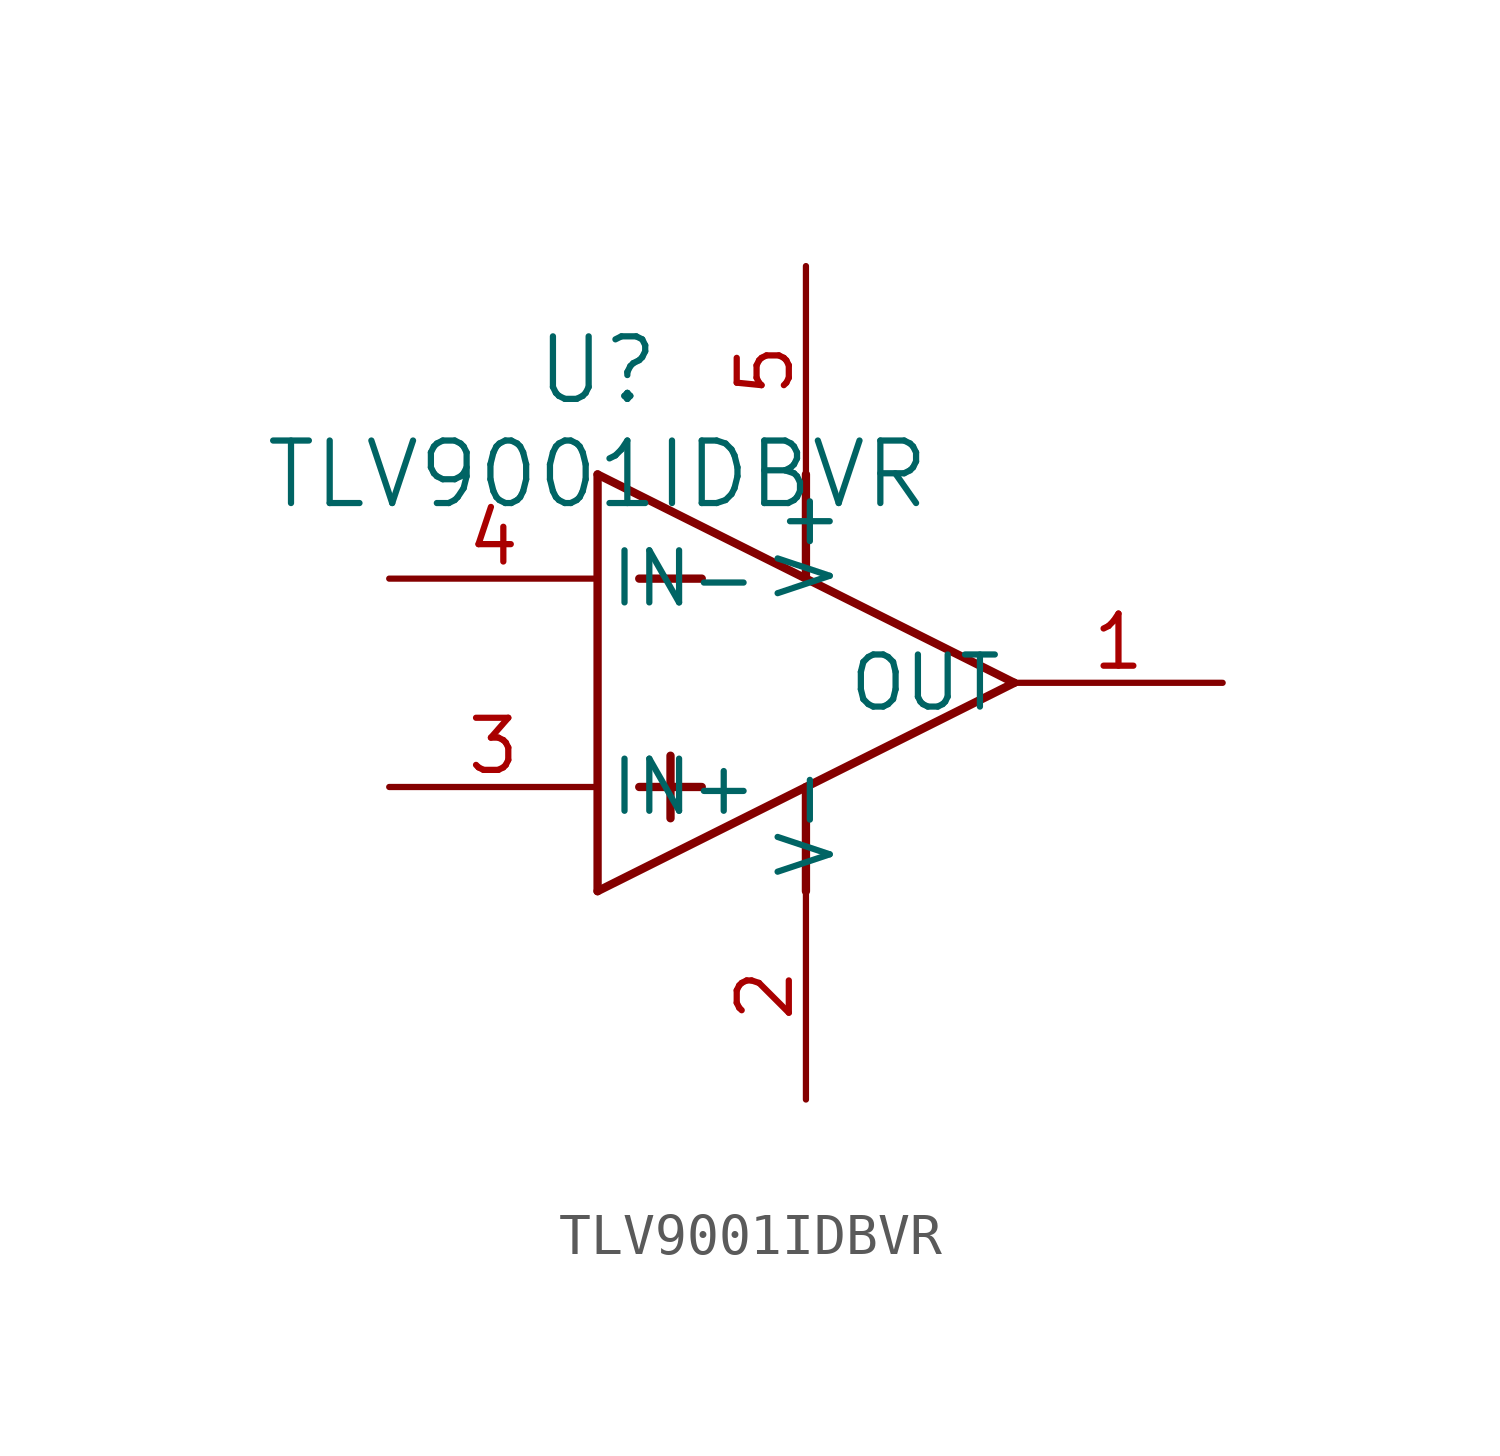
<source format=kicad_sym>
(kicad_symbol_lib
  (version 20211014)
  (generator kicad_symbol_editor)
  (symbol "TLV9001IDBVR"
    (pin_names
      (offset 0.254))
    (property "Reference" "U"
      (at 0 2.54 0)
      (effects (font (size 1.524 1.524))))
    (property "Value" "TLV9001IDBVR"
      (at 0 0 0)
      (effects (font (size 1.524 1.524))))
    (symbol "TLV9001IDBVR_0_1"
      (polyline (pts (xy 0 0) (xy 10.16 -5.08)) (stroke (width 0.203) (type default) (color 0 0 0 0)) (fill (type none)))
      (polyline (pts (xy 0 -10.16) (xy 10.16 -5.08)) (stroke (width 0.203) (type default) (color 0 0 0 0)) (fill (type none)))
      (polyline (pts (xy 0 0) (xy 0 -10.16)) (stroke (width 0.203) (type default) (color 0 0 0 0)) (fill (type none)))
      (polyline (pts (xy 1.016 -2.54) (xy 2.54 -2.54)) (stroke (width 0.203) (type default) (color 0 0 0 0)) (fill (type none)))
      (polyline (pts (xy 1.016 -7.62) (xy 2.54 -7.62)) (stroke (width 0.203) (type default) (color 0 0 0 0)) (fill (type none)))
      (polyline (pts (xy 1.778 -6.858) (xy 1.778 -8.382)) (stroke (width 0.203) (type default) (color 0 0 0 0)) (fill (type none)))
      (polyline (pts (xy 5.08 0) (xy 5.08 -2.54)) (stroke (width 0.203) (type default) (color 0 0 0 0)) (fill (type none)))
      (polyline (pts (xy 5.08 -7.62) (xy 5.08 -10.16)) (stroke (width 0.203) (type default) (color 0 0 0 0)) (fill (type none)))
      (pin output line (at 15.24 -5.08 180) (length 5.08) (name "OUT" (effects (font (size 1.27 1.27)))) (number "1" (effects (font (size 1.27 1.27)))))
      (pin power_in line (at 5.08 -15.24 90) (length 5.08) (name "V-" (effects (font (size 1.27 1.27)))) (number "2" (effects (font (size 1.27 1.27)))))
      (pin input line (at -5.08 -7.62 0) (length 5.08) (name "IN+" (effects (font (size 1.27 1.27)))) (number "3" (effects (font (size 1.27 1.27)))))
      (pin input line (at -5.08 -2.54 0) (length 5.08) (name "IN-" (effects (font (size 1.27 1.27)))) (number "4" (effects (font (size 1.27 1.27)))))
      (pin power_in line (at 5.08 5.08 270) (length 5.08) (name "V+" (effects (font (size 1.27 1.27)))) (number "5" (effects (font (size 1.27 1.27))))))))
</source>
